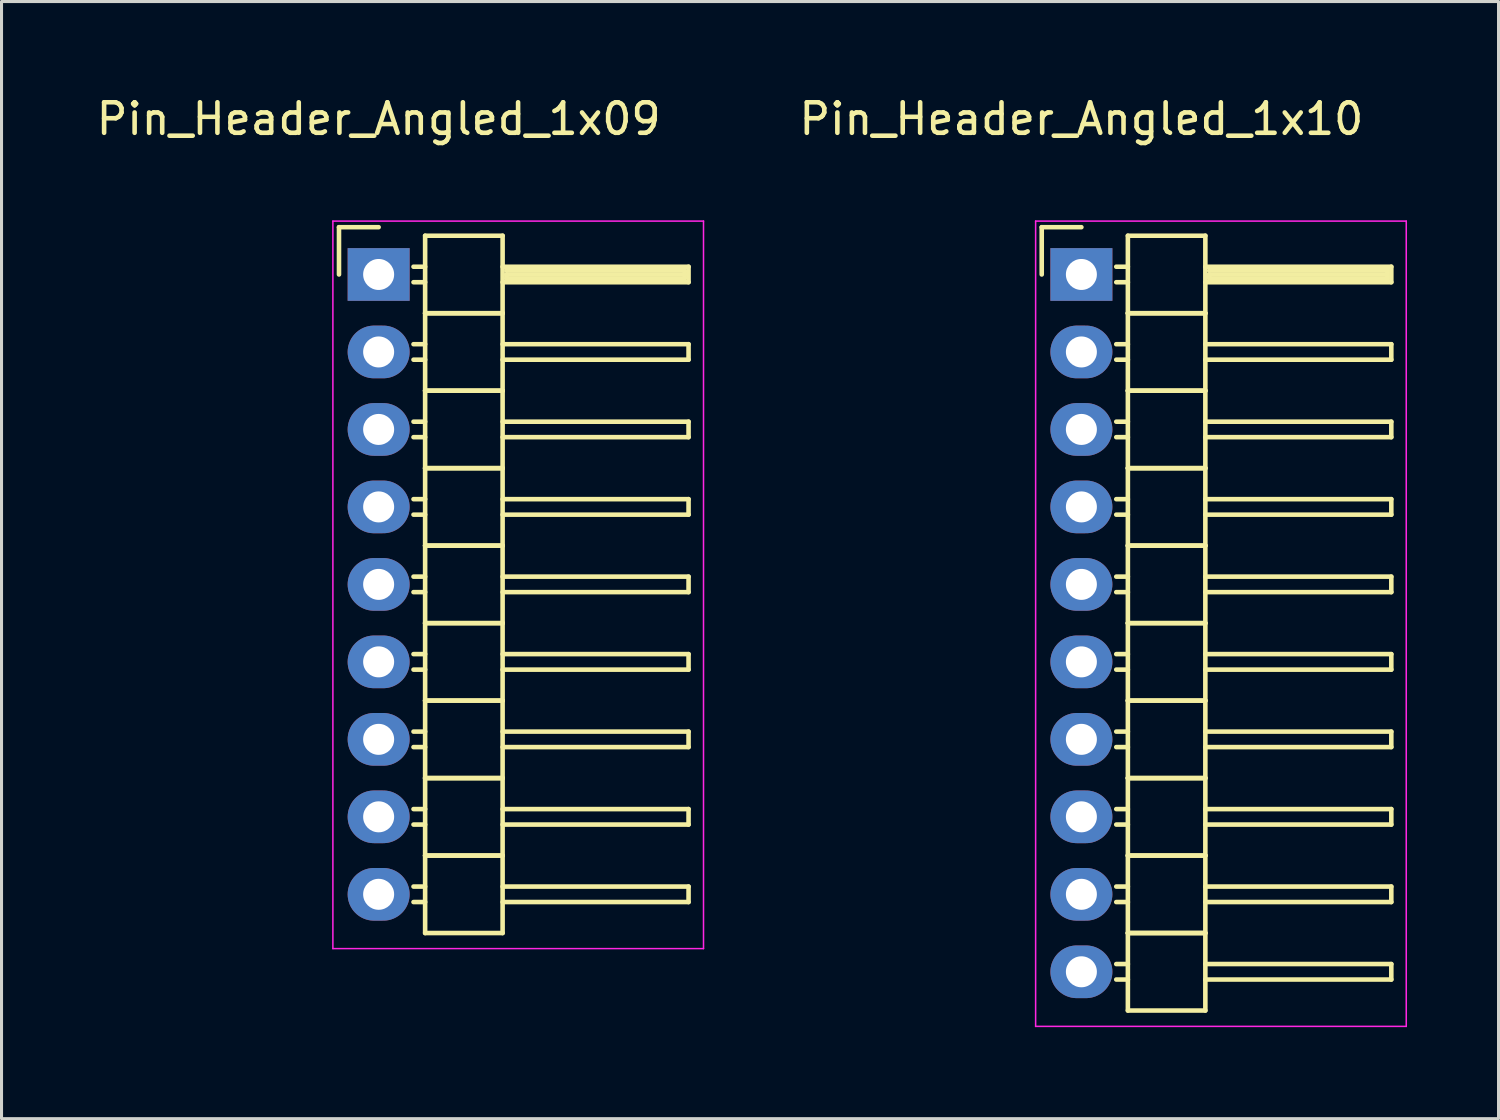
<source format=kicad_pcb>
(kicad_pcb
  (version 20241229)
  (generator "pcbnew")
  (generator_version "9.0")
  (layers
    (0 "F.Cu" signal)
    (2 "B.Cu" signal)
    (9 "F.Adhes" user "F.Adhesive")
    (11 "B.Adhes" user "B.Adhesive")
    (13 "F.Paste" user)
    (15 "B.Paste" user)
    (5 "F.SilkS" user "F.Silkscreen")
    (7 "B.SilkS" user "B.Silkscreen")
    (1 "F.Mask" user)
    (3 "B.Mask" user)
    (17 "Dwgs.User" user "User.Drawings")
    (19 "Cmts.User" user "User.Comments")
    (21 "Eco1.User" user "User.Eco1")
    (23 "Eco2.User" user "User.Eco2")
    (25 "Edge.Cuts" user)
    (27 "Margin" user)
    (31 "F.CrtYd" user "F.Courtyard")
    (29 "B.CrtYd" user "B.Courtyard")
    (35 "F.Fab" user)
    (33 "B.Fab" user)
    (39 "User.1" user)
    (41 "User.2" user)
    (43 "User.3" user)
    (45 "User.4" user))
  (footprint "Pin_Header_Angled_1x09"
    (layer "F.Cu")
    (at 9.363 5.948)
    (property "Reference" "Pin_Header_Angled_1x09" (at 0 -5.1 0) (layer "F.SilkS") (effects (font (size 1 1) (thickness 0.15))))
    (attr through_hole)
    (fp_line (start -1.3 -1.55) (end -1.3 0) (stroke (width 0.15) (type solid)) (layer "F.SilkS"))
    (fp_line (start 0 -1.55) (end -1.3 -1.55) (stroke (width 0.15) (type solid)) (layer "F.SilkS"))
    (fp_line (start 1.524 -1.27) (end 1.524 1.27) (stroke (width 0.15) (type solid)) (layer "F.SilkS"))
    (fp_line (start 1.524 -1.27) (end 4.064 -1.27) (stroke (width 0.15) (type solid)) (layer "F.SilkS"))
    (fp_line (start 1.524 -0.254) (end 1.143 -0.254) (stroke (width 0.15) (type solid)) (layer "F.SilkS"))
    (fp_line (start 1.524 0.254) (end 1.143 0.254) (stroke (width 0.15) (type solid)) (layer "F.SilkS"))
    (fp_line (start 1.524 1.27) (end 1.524 3.81) (stroke (width 0.15) (type solid)) (layer "F.SilkS"))
    (fp_line (start 1.524 1.27) (end 4.064 1.27) (stroke (width 0.15) (type solid)) (layer "F.SilkS"))
    (fp_line (start 1.524 1.27) (end 4.064 1.27) (stroke (width 0.15) (type solid)) (layer "F.SilkS"))
    (fp_line (start 1.524 2.286) (end 1.143 2.286) (stroke (width 0.15) (type solid)) (layer "F.SilkS"))
    (fp_line (start 1.524 2.794) (end 1.143 2.794) (stroke (width 0.15) (type solid)) (layer "F.SilkS"))
    (fp_line (start 1.524 3.81) (end 1.524 6.35) (stroke (width 0.15) (type solid)) (layer "F.SilkS"))
    (fp_line (start 1.524 3.81) (end 4.064 3.81) (stroke (width 0.15) (type solid)) (layer "F.SilkS"))
    (fp_line (start 1.524 3.81) (end 4.064 3.81) (stroke (width 0.15) (type solid)) (layer "F.SilkS"))
    (fp_line (start 1.524 4.826) (end 1.143 4.826) (stroke (width 0.15) (type solid)) (layer "F.SilkS"))
    (fp_line (start 1.524 5.334) (end 1.143 5.334) (stroke (width 0.15) (type solid)) (layer "F.SilkS"))
    (fp_line (start 1.524 6.35) (end 1.524 8.89) (stroke (width 0.15) (type solid)) (layer "F.SilkS"))
    (fp_line (start 1.524 6.35) (end 4.064 6.35) (stroke (width 0.15) (type solid)) (layer "F.SilkS"))
    (fp_line (start 1.524 6.35) (end 4.064 6.35) (stroke (width 0.15) (type solid)) (layer "F.SilkS"))
    (fp_line (start 1.524 7.366) (end 1.143 7.366) (stroke (width 0.15) (type solid)) (layer "F.SilkS"))
    (fp_line (start 1.524 7.874) (end 1.143 7.874) (stroke (width 0.15) (type solid)) (layer "F.SilkS"))
    (fp_line (start 1.524 8.89) (end 1.524 11.43) (stroke (width 0.15) (type solid)) (layer "F.SilkS"))
    (fp_line (start 1.524 8.89) (end 4.064 8.89) (stroke (width 0.15) (type solid)) (layer "F.SilkS"))
    (fp_line (start 1.524 8.89) (end 4.064 8.89) (stroke (width 0.15) (type solid)) (layer "F.SilkS"))
    (fp_line (start 1.524 9.906) (end 1.143 9.906) (stroke (width 0.15) (type solid)) (layer "F.SilkS"))
    (fp_line (start 1.524 10.414) (end 1.143 10.414) (stroke (width 0.15) (type solid)) (layer "F.SilkS"))
    (fp_line (start 1.524 11.43) (end 1.524 13.97) (stroke (width 0.15) (type solid)) (layer "F.SilkS"))
    (fp_line (start 1.524 11.43) (end 4.064 11.43) (stroke (width 0.15) (type solid)) (layer "F.SilkS"))
    (fp_line (start 1.524 11.43) (end 4.064 11.43) (stroke (width 0.15) (type solid)) (layer "F.SilkS"))
    (fp_line (start 1.524 12.446) (end 1.143 12.446) (stroke (width 0.15) (type solid)) (layer "F.SilkS"))
    (fp_line (start 1.524 12.954) (end 1.143 12.954) (stroke (width 0.15) (type solid)) (layer "F.SilkS"))
    (fp_line (start 1.524 13.97) (end 1.524 16.51) (stroke (width 0.15) (type solid)) (layer "F.SilkS"))
    (fp_line (start 1.524 13.97) (end 4.064 13.97) (stroke (width 0.15) (type solid)) (layer "F.SilkS"))
    (fp_line (start 1.524 13.97) (end 4.064 13.97) (stroke (width 0.15) (type solid)) (layer "F.SilkS"))
    (fp_line (start 1.524 14.986) (end 1.143 14.986) (stroke (width 0.15) (type solid)) (layer "F.SilkS"))
    (fp_line (start 1.524 15.494) (end 1.143 15.494) (stroke (width 0.15) (type solid)) (layer "F.SilkS"))
    (fp_line (start 1.524 16.51) (end 1.524 19.05) (stroke (width 0.15) (type solid)) (layer "F.SilkS"))
    (fp_line (start 1.524 16.51) (end 4.064 16.51) (stroke (width 0.15) (type solid)) (layer "F.SilkS"))
    (fp_line (start 1.524 16.51) (end 4.064 16.51) (stroke (width 0.15) (type solid)) (layer "F.SilkS"))
    (fp_line (start 1.524 17.526) (end 1.143 17.526) (stroke (width 0.15) (type solid)) (layer "F.SilkS"))
    (fp_line (start 1.524 18.034) (end 1.143 18.034) (stroke (width 0.15) (type solid)) (layer "F.SilkS"))
    (fp_line (start 1.524 19.05) (end 1.524 21.59) (stroke (width 0.15) (type solid)) (layer "F.SilkS"))
    (fp_line (start 1.524 19.05) (end 4.064 19.05) (stroke (width 0.15) (type solid)) (layer "F.SilkS"))
    (fp_line (start 1.524 19.05) (end 4.064 19.05) (stroke (width 0.15) (type solid)) (layer "F.SilkS"))
    (fp_line (start 1.524 20.066) (end 1.143 20.066) (stroke (width 0.15) (type solid)) (layer "F.SilkS"))
    (fp_line (start 1.524 20.574) (end 1.143 20.574) (stroke (width 0.15) (type solid)) (layer "F.SilkS"))
    (fp_line (start 1.524 21.59) (end 4.064 21.59) (stroke (width 0.15) (type solid)) (layer "F.SilkS"))
    (fp_line (start 4.064 -0.254) (end 10.16 -0.254) (stroke (width 0.15) (type solid)) (layer "F.SilkS"))
    (fp_line (start 4.064 1.27) (end 4.064 -1.27) (stroke (width 0.15) (type solid)) (layer "F.SilkS"))
    (fp_line (start 4.064 2.286) (end 10.16 2.286) (stroke (width 0.15) (type solid)) (layer "F.SilkS"))
    (fp_line (start 4.064 3.81) (end 4.064 1.27) (stroke (width 0.15) (type solid)) (layer "F.SilkS"))
    (fp_line (start 4.064 4.826) (end 10.16 4.826) (stroke (width 0.15) (type solid)) (layer "F.SilkS"))
    (fp_line (start 4.064 6.35) (end 4.064 3.81) (stroke (width 0.15) (type solid)) (layer "F.SilkS"))
    (fp_line (start 4.064 7.366) (end 10.16 7.366) (stroke (width 0.15) (type solid)) (layer "F.SilkS"))
    (fp_line (start 4.064 8.89) (end 4.064 6.35) (stroke (width 0.15) (type solid)) (layer "F.SilkS"))
    (fp_line (start 4.064 9.906) (end 10.16 9.906) (stroke (width 0.15) (type solid)) (layer "F.SilkS"))
    (fp_line (start 4.064 11.43) (end 4.064 8.89) (stroke (width 0.15) (type solid)) (layer "F.SilkS"))
    (fp_line (start 4.064 12.446) (end 10.16 12.446) (stroke (width 0.15) (type solid)) (layer "F.SilkS"))
    (fp_line (start 4.064 13.97) (end 4.064 11.43) (stroke (width 0.15) (type solid)) (layer "F.SilkS"))
    (fp_line (start 4.064 14.986) (end 10.16 14.986) (stroke (width 0.15) (type solid)) (layer "F.SilkS"))
    (fp_line (start 4.064 16.51) (end 4.064 13.97) (stroke (width 0.15) (type solid)) (layer "F.SilkS"))
    (fp_line (start 4.064 17.526) (end 10.16 17.526) (stroke (width 0.15) (type solid)) (layer "F.SilkS"))
    (fp_line (start 4.064 19.05) (end 4.064 16.51) (stroke (width 0.15) (type solid)) (layer "F.SilkS"))
    (fp_line (start 4.064 20.066) (end 10.16 20.066) (stroke (width 0.15) (type solid)) (layer "F.SilkS"))
    (fp_line (start 4.064 21.59) (end 4.064 19.05) (stroke (width 0.15) (type solid)) (layer "F.SilkS"))
    (fp_line (start 4.191 -0.127) (end 10.033 -0.127) (stroke (width 0.15) (type solid)) (layer "F.SilkS"))
    (fp_line (start 4.191 0) (end 10.033 0) (stroke (width 0.15) (type solid)) (layer "F.SilkS"))
    (fp_line (start 4.191 0.127) (end 4.191 0) (stroke (width 0.15) (type solid)) (layer "F.SilkS"))
    (fp_line (start 10.033 -0.127) (end 10.033 0.127) (stroke (width 0.15) (type solid)) (layer "F.SilkS"))
    (fp_line (start 10.033 0.127) (end 4.191 0.127) (stroke (width 0.15) (type solid)) (layer "F.SilkS"))
    (fp_line (start 10.16 -0.254) (end 10.16 0.254) (stroke (width 0.15) (type solid)) (layer "F.SilkS"))
    (fp_line (start 10.16 0.254) (end 4.064 0.254) (stroke (width 0.15) (type solid)) (layer "F.SilkS"))
    (fp_line (start 10.16 2.286) (end 10.16 2.794) (stroke (width 0.15) (type solid)) (layer "F.SilkS"))
    (fp_line (start 10.16 2.794) (end 4.064 2.794) (stroke (width 0.15) (type solid)) (layer "F.SilkS"))
    (fp_line (start 10.16 4.826) (end 10.16 5.334) (stroke (width 0.15) (type solid)) (layer "F.SilkS"))
    (fp_line (start 10.16 5.334) (end 4.064 5.334) (stroke (width 0.15) (type solid)) (layer "F.SilkS"))
    (fp_line (start 10.16 7.366) (end 10.16 7.874) (stroke (width 0.15) (type solid)) (layer "F.SilkS"))
    (fp_line (start 10.16 7.874) (end 4.064 7.874) (stroke (width 0.15) (type solid)) (layer "F.SilkS"))
    (fp_line (start 10.16 9.906) (end 10.16 10.414) (stroke (width 0.15) (type solid)) (layer "F.SilkS"))
    (fp_line (start 10.16 10.414) (end 4.064 10.414) (stroke (width 0.15) (type solid)) (layer "F.SilkS"))
    (fp_line (start 10.16 12.446) (end 10.16 12.954) (stroke (width 0.15) (type solid)) (layer "F.SilkS"))
    (fp_line (start 10.16 12.954) (end 4.064 12.954) (stroke (width 0.15) (type solid)) (layer "F.SilkS"))
    (fp_line (start 10.16 14.986) (end 10.16 15.494) (stroke (width 0.15) (type solid)) (layer "F.SilkS"))
    (fp_line (start 10.16 15.494) (end 4.064 15.494) (stroke (width 0.15) (type solid)) (layer "F.SilkS"))
    (fp_line (start 10.16 17.526) (end 10.16 18.034) (stroke (width 0.15) (type solid)) (layer "F.SilkS"))
    (fp_line (start 10.16 18.034) (end 4.064 18.034) (stroke (width 0.15) (type solid)) (layer "F.SilkS"))
    (fp_line (start 10.16 20.066) (end 10.16 20.574) (stroke (width 0.15) (type solid)) (layer "F.SilkS"))
    (fp_line (start 10.16 20.574) (end 4.064 20.574) (stroke (width 0.15) (type solid)) (layer "F.SilkS"))
    (fp_line (start -1.5 -1.75) (end -1.5 22.1) (stroke (width 0.05) (type solid)) (layer "F.CrtYd"))
    (fp_line (start -1.5 -1.75) (end 10.65 -1.75) (stroke (width 0.05) (type solid)) (layer "F.CrtYd"))
    (fp_line (start -1.5 22.1) (end 10.65 22.1) (stroke (width 0.05) (type solid)) (layer "F.CrtYd"))
    (fp_line (start 10.65 -1.75) (end 10.65 22.1) (stroke (width 0.05) (type solid)) (layer "F.CrtYd"))
    (pad "1" thru_hole rect (at 0 0) (size 2.032 1.727) (drill 1.016) (layers "*.Cu" "*.Mask"))
    (pad "2" thru_hole oval (at 0 2.54) (size 2.032 1.727) (drill 1.016) (layers "*.Cu" "*.Mask"))
    (pad "3" thru_hole oval (at 0 5.08) (size 2.032 1.727) (drill 1.016) (layers "*.Cu" "*.Mask"))
    (pad "4" thru_hole oval (at 0 7.62) (size 2.032 1.727) (drill 1.016) (layers "*.Cu" "*.Mask"))
    (pad "5" thru_hole oval (at 0 10.16) (size 2.032 1.727) (drill 1.016) (layers "*.Cu" "*.Mask"))
    (pad "6" thru_hole oval (at 0 12.7) (size 2.032 1.727) (drill 1.016) (layers "*.Cu" "*.Mask"))
    (pad "7" thru_hole oval (at 0 15.24) (size 2.032 1.727) (drill 1.016) (layers "*.Cu" "*.Mask"))
    (pad "8" thru_hole oval (at 0 17.78) (size 2.032 1.727) (drill 1.016) (layers "*.Cu" "*.Mask"))
    (pad "9" thru_hole oval (at 0 20.32) (size 2.032 1.727) (drill 1.016) (layers "*.Cu" "*.Mask")))
  (footprint "Pin_Header_Angled_1x10"
    (layer "F.Cu")
    (at 32.401 5.948)
    (property "Reference" "Pin_Header_Angled_1x10" (at 0 -5.1 0) (layer "F.SilkS") (effects (font (size 1 1) (thickness 0.15))))
    (attr through_hole)
    (fp_line (start -1.3 -1.55) (end -1.3 0) (stroke (width 0.15) (type solid)) (layer "F.SilkS"))
    (fp_line (start 0 -1.55) (end -1.3 -1.55) (stroke (width 0.15) (type solid)) (layer "F.SilkS"))
    (fp_line (start 1.524 -1.27) (end 1.524 1.27) (stroke (width 0.15) (type solid)) (layer "F.SilkS"))
    (fp_line (start 1.524 -1.27) (end 4.064 -1.27) (stroke (width 0.15) (type solid)) (layer "F.SilkS"))
    (fp_line (start 1.524 -0.254) (end 1.143 -0.254) (stroke (width 0.15) (type solid)) (layer "F.SilkS"))
    (fp_line (start 1.524 0.254) (end 1.143 0.254) (stroke (width 0.15) (type solid)) (layer "F.SilkS"))
    (fp_line (start 1.524 1.27) (end 1.524 3.81) (stroke (width 0.15) (type solid)) (layer "F.SilkS"))
    (fp_line (start 1.524 1.27) (end 4.064 1.27) (stroke (width 0.15) (type solid)) (layer "F.SilkS"))
    (fp_line (start 1.524 1.27) (end 4.064 1.27) (stroke (width 0.15) (type solid)) (layer "F.SilkS"))
    (fp_line (start 1.524 2.286) (end 1.143 2.286) (stroke (width 0.15) (type solid)) (layer "F.SilkS"))
    (fp_line (start 1.524 2.794) (end 1.143 2.794) (stroke (width 0.15) (type solid)) (layer "F.SilkS"))
    (fp_line (start 1.524 3.81) (end 1.524 6.35) (stroke (width 0.15) (type solid)) (layer "F.SilkS"))
    (fp_line (start 1.524 3.81) (end 4.064 3.81) (stroke (width 0.15) (type solid)) (layer "F.SilkS"))
    (fp_line (start 1.524 3.81) (end 4.064 3.81) (stroke (width 0.15) (type solid)) (layer "F.SilkS"))
    (fp_line (start 1.524 4.826) (end 1.143 4.826) (stroke (width 0.15) (type solid)) (layer "F.SilkS"))
    (fp_line (start 1.524 5.334) (end 1.143 5.334) (stroke (width 0.15) (type solid)) (layer "F.SilkS"))
    (fp_line (start 1.524 6.35) (end 1.524 8.89) (stroke (width 0.15) (type solid)) (layer "F.SilkS"))
    (fp_line (start 1.524 6.35) (end 4.064 6.35) (stroke (width 0.15) (type solid)) (layer "F.SilkS"))
    (fp_line (start 1.524 6.35) (end 4.064 6.35) (stroke (width 0.15) (type solid)) (layer "F.SilkS"))
    (fp_line (start 1.524 7.366) (end 1.143 7.366) (stroke (width 0.15) (type solid)) (layer "F.SilkS"))
    (fp_line (start 1.524 7.874) (end 1.143 7.874) (stroke (width 0.15) (type solid)) (layer "F.SilkS"))
    (fp_line (start 1.524 8.89) (end 1.524 11.43) (stroke (width 0.15) (type solid)) (layer "F.SilkS"))
    (fp_line (start 1.524 8.89) (end 4.064 8.89) (stroke (width 0.15) (type solid)) (layer "F.SilkS"))
    (fp_line (start 1.524 8.89) (end 4.064 8.89) (stroke (width 0.15) (type solid)) (layer "F.SilkS"))
    (fp_line (start 1.524 9.906) (end 1.143 9.906) (stroke (width 0.15) (type solid)) (layer "F.SilkS"))
    (fp_line (start 1.524 10.414) (end 1.143 10.414) (stroke (width 0.15) (type solid)) (layer "F.SilkS"))
    (fp_line (start 1.524 11.43) (end 1.524 13.97) (stroke (width 0.15) (type solid)) (layer "F.SilkS"))
    (fp_line (start 1.524 11.43) (end 4.064 11.43) (stroke (width 0.15) (type solid)) (layer "F.SilkS"))
    (fp_line (start 1.524 11.43) (end 4.064 11.43) (stroke (width 0.15) (type solid)) (layer "F.SilkS"))
    (fp_line (start 1.524 12.446) (end 1.143 12.446) (stroke (width 0.15) (type solid)) (layer "F.SilkS"))
    (fp_line (start 1.524 12.954) (end 1.143 12.954) (stroke (width 0.15) (type solid)) (layer "F.SilkS"))
    (fp_line (start 1.524 13.97) (end 1.524 16.51) (stroke (width 0.15) (type solid)) (layer "F.SilkS"))
    (fp_line (start 1.524 13.97) (end 4.064 13.97) (stroke (width 0.15) (type solid)) (layer "F.SilkS"))
    (fp_line (start 1.524 13.97) (end 4.064 13.97) (stroke (width 0.15) (type solid)) (layer "F.SilkS"))
    (fp_line (start 1.524 14.986) (end 1.143 14.986) (stroke (width 0.15) (type solid)) (layer "F.SilkS"))
    (fp_line (start 1.524 15.494) (end 1.143 15.494) (stroke (width 0.15) (type solid)) (layer "F.SilkS"))
    (fp_line (start 1.524 16.51) (end 1.524 19.05) (stroke (width 0.15) (type solid)) (layer "F.SilkS"))
    (fp_line (start 1.524 16.51) (end 4.064 16.51) (stroke (width 0.15) (type solid)) (layer "F.SilkS"))
    (fp_line (start 1.524 16.51) (end 4.064 16.51) (stroke (width 0.15) (type solid)) (layer "F.SilkS"))
    (fp_line (start 1.524 17.526) (end 1.143 17.526) (stroke (width 0.15) (type solid)) (layer "F.SilkS"))
    (fp_line (start 1.524 18.034) (end 1.143 18.034) (stroke (width 0.15) (type solid)) (layer "F.SilkS"))
    (fp_line (start 1.524 19.05) (end 1.524 21.59) (stroke (width 0.15) (type solid)) (layer "F.SilkS"))
    (fp_line (start 1.524 19.05) (end 4.064 19.05) (stroke (width 0.15) (type solid)) (layer "F.SilkS"))
    (fp_line (start 1.524 19.05) (end 4.064 19.05) (stroke (width 0.15) (type solid)) (layer "F.SilkS"))
    (fp_line (start 1.524 20.066) (end 1.143 20.066) (stroke (width 0.15) (type solid)) (layer "F.SilkS"))
    (fp_line (start 1.524 20.574) (end 1.143 20.574) (stroke (width 0.15) (type solid)) (layer "F.SilkS"))
    (fp_line (start 1.524 21.59) (end 1.524 24.13) (stroke (width 0.15) (type solid)) (layer "F.SilkS"))
    (fp_line (start 1.524 21.59) (end 4.064 21.59) (stroke (width 0.15) (type solid)) (layer "F.SilkS"))
    (fp_line (start 1.524 21.59) (end 4.064 21.59) (stroke (width 0.15) (type solid)) (layer "F.SilkS"))
    (fp_line (start 1.524 22.606) (end 1.143 22.606) (stroke (width 0.15) (type solid)) (layer "F.SilkS"))
    (fp_line (start 1.524 23.114) (end 1.143 23.114) (stroke (width 0.15) (type solid)) (layer "F.SilkS"))
    (fp_line (start 1.524 24.13) (end 4.064 24.13) (stroke (width 0.15) (type solid)) (layer "F.SilkS"))
    (fp_line (start 4.064 -0.254) (end 10.16 -0.254) (stroke (width 0.15) (type solid)) (layer "F.SilkS"))
    (fp_line (start 4.064 1.27) (end 4.064 -1.27) (stroke (width 0.15) (type solid)) (layer "F.SilkS"))
    (fp_line (start 4.064 2.286) (end 10.16 2.286) (stroke (width 0.15) (type solid)) (layer "F.SilkS"))
    (fp_line (start 4.064 3.81) (end 4.064 1.27) (stroke (width 0.15) (type solid)) (layer "F.SilkS"))
    (fp_line (start 4.064 4.826) (end 10.16 4.826) (stroke (width 0.15) (type solid)) (layer "F.SilkS"))
    (fp_line (start 4.064 6.35) (end 4.064 3.81) (stroke (width 0.15) (type solid)) (layer "F.SilkS"))
    (fp_line (start 4.064 7.366) (end 10.16 7.366) (stroke (width 0.15) (type solid)) (layer "F.SilkS"))
    (fp_line (start 4.064 8.89) (end 4.064 6.35) (stroke (width 0.15) (type solid)) (layer "F.SilkS"))
    (fp_line (start 4.064 9.906) (end 10.16 9.906) (stroke (width 0.15) (type solid)) (layer "F.SilkS"))
    (fp_line (start 4.064 11.43) (end 4.064 8.89) (stroke (width 0.15) (type solid)) (layer "F.SilkS"))
    (fp_line (start 4.064 12.446) (end 10.16 12.446) (stroke (width 0.15) (type solid)) (layer "F.SilkS"))
    (fp_line (start 4.064 13.97) (end 4.064 11.43) (stroke (width 0.15) (type solid)) (layer "F.SilkS"))
    (fp_line (start 4.064 14.986) (end 10.16 14.986) (stroke (width 0.15) (type solid)) (layer "F.SilkS"))
    (fp_line (start 4.064 16.51) (end 4.064 13.97) (stroke (width 0.15) (type solid)) (layer "F.SilkS"))
    (fp_line (start 4.064 17.526) (end 10.16 17.526) (stroke (width 0.15) (type solid)) (layer "F.SilkS"))
    (fp_line (start 4.064 19.05) (end 4.064 16.51) (stroke (width 0.15) (type solid)) (layer "F.SilkS"))
    (fp_line (start 4.064 20.066) (end 10.16 20.066) (stroke (width 0.15) (type solid)) (layer "F.SilkS"))
    (fp_line (start 4.064 21.59) (end 4.064 19.05) (stroke (width 0.15) (type solid)) (layer "F.SilkS"))
    (fp_line (start 4.064 22.606) (end 10.16 22.606) (stroke (width 0.15) (type solid)) (layer "F.SilkS"))
    (fp_line (start 4.064 24.13) (end 4.064 21.59) (stroke (width 0.15) (type solid)) (layer "F.SilkS"))
    (fp_line (start 4.191 -0.127) (end 10.033 -0.127) (stroke (width 0.15) (type solid)) (layer "F.SilkS"))
    (fp_line (start 4.191 0) (end 10.033 0) (stroke (width 0.15) (type solid)) (layer "F.SilkS"))
    (fp_line (start 4.191 0.127) (end 4.191 0) (stroke (width 0.15) (type solid)) (layer "F.SilkS"))
    (fp_line (start 10.033 -0.127) (end 10.033 0.127) (stroke (width 0.15) (type solid)) (layer "F.SilkS"))
    (fp_line (start 10.033 0.127) (end 4.191 0.127) (stroke (width 0.15) (type solid)) (layer "F.SilkS"))
    (fp_line (start 10.16 -0.254) (end 10.16 0.254) (stroke (width 0.15) (type solid)) (layer "F.SilkS"))
    (fp_line (start 10.16 0.254) (end 4.064 0.254) (stroke (width 0.15) (type solid)) (layer "F.SilkS"))
    (fp_line (start 10.16 2.286) (end 10.16 2.794) (stroke (width 0.15) (type solid)) (layer "F.SilkS"))
    (fp_line (start 10.16 2.794) (end 4.064 2.794) (stroke (width 0.15) (type solid)) (layer "F.SilkS"))
    (fp_line (start 10.16 4.826) (end 10.16 5.334) (stroke (width 0.15) (type solid)) (layer "F.SilkS"))
    (fp_line (start 10.16 5.334) (end 4.064 5.334) (stroke (width 0.15) (type solid)) (layer "F.SilkS"))
    (fp_line (start 10.16 7.366) (end 10.16 7.874) (stroke (width 0.15) (type solid)) (layer "F.SilkS"))
    (fp_line (start 10.16 7.874) (end 4.064 7.874) (stroke (width 0.15) (type solid)) (layer "F.SilkS"))
    (fp_line (start 10.16 9.906) (end 10.16 10.414) (stroke (width 0.15) (type solid)) (layer "F.SilkS"))
    (fp_line (start 10.16 10.414) (end 4.064 10.414) (stroke (width 0.15) (type solid)) (layer "F.SilkS"))
    (fp_line (start 10.16 12.446) (end 10.16 12.954) (stroke (width 0.15) (type solid)) (layer "F.SilkS"))
    (fp_line (start 10.16 12.954) (end 4.064 12.954) (stroke (width 0.15) (type solid)) (layer "F.SilkS"))
    (fp_line (start 10.16 14.986) (end 10.16 15.494) (stroke (width 0.15) (type solid)) (layer "F.SilkS"))
    (fp_line (start 10.16 15.494) (end 4.064 15.494) (stroke (width 0.15) (type solid)) (layer "F.SilkS"))
    (fp_line (start 10.16 17.526) (end 10.16 18.034) (stroke (width 0.15) (type solid)) (layer "F.SilkS"))
    (fp_line (start 10.16 18.034) (end 4.064 18.034) (stroke (width 0.15) (type solid)) (layer "F.SilkS"))
    (fp_line (start 10.16 20.066) (end 10.16 20.574) (stroke (width 0.15) (type solid)) (layer "F.SilkS"))
    (fp_line (start 10.16 20.574) (end 4.064 20.574) (stroke (width 0.15) (type solid)) (layer "F.SilkS"))
    (fp_line (start 10.16 22.606) (end 10.16 23.114) (stroke (width 0.15) (type solid)) (layer "F.SilkS"))
    (fp_line (start 10.16 23.114) (end 4.064 23.114) (stroke (width 0.15) (type solid)) (layer "F.SilkS"))
    (fp_line (start -1.5 -1.75) (end -1.5 24.65) (stroke (width 0.05) (type solid)) (layer "F.CrtYd"))
    (fp_line (start -1.5 -1.75) (end 10.65 -1.75) (stroke (width 0.05) (type solid)) (layer "F.CrtYd"))
    (fp_line (start -1.5 24.65) (end 10.65 24.65) (stroke (width 0.05) (type solid)) (layer "F.CrtYd"))
    (fp_line (start 10.65 -1.75) (end 10.65 24.65) (stroke (width 0.05) (type solid)) (layer "F.CrtYd"))
    (pad "1" thru_hole rect (at 0 0) (size 2.032 1.727) (drill 1.016) (layers "*.Cu" "*.Mask"))
    (pad "2" thru_hole oval (at 0 2.54) (size 2.032 1.727) (drill 1.016) (layers "*.Cu" "*.Mask"))
    (pad "3" thru_hole oval (at 0 5.08) (size 2.032 1.727) (drill 1.016) (layers "*.Cu" "*.Mask"))
    (pad "4" thru_hole oval (at 0 7.62) (size 2.032 1.727) (drill 1.016) (layers "*.Cu" "*.Mask"))
    (pad "5" thru_hole oval (at 0 10.16) (size 2.032 1.727) (drill 1.016) (layers "*.Cu" "*.Mask"))
    (pad "6" thru_hole oval (at 0 12.7) (size 2.032 1.727) (drill 1.016) (layers "*.Cu" "*.Mask"))
    (pad "7" thru_hole oval (at 0 15.24) (size 2.032 1.727) (drill 1.016) (layers "*.Cu" "*.Mask"))
    (pad "8" thru_hole oval (at 0 17.78) (size 2.032 1.727) (drill 1.016) (layers "*.Cu" "*.Mask"))
    (pad "9" thru_hole oval (at 0 20.32) (size 2.032 1.727) (drill 1.016) (layers "*.Cu" "*.Mask"))
    (pad "10" thru_hole oval (at 0 22.86) (size 2.032 1.727) (drill 1.016) (layers "*.Cu" "*.Mask")))
  (gr_rect
    (start -3 -3)
    (end 46.076 33.623)
    (stroke (width 0.1) (type default))
    (fill no)
    (layer "Edge.Cuts")))
</source>
